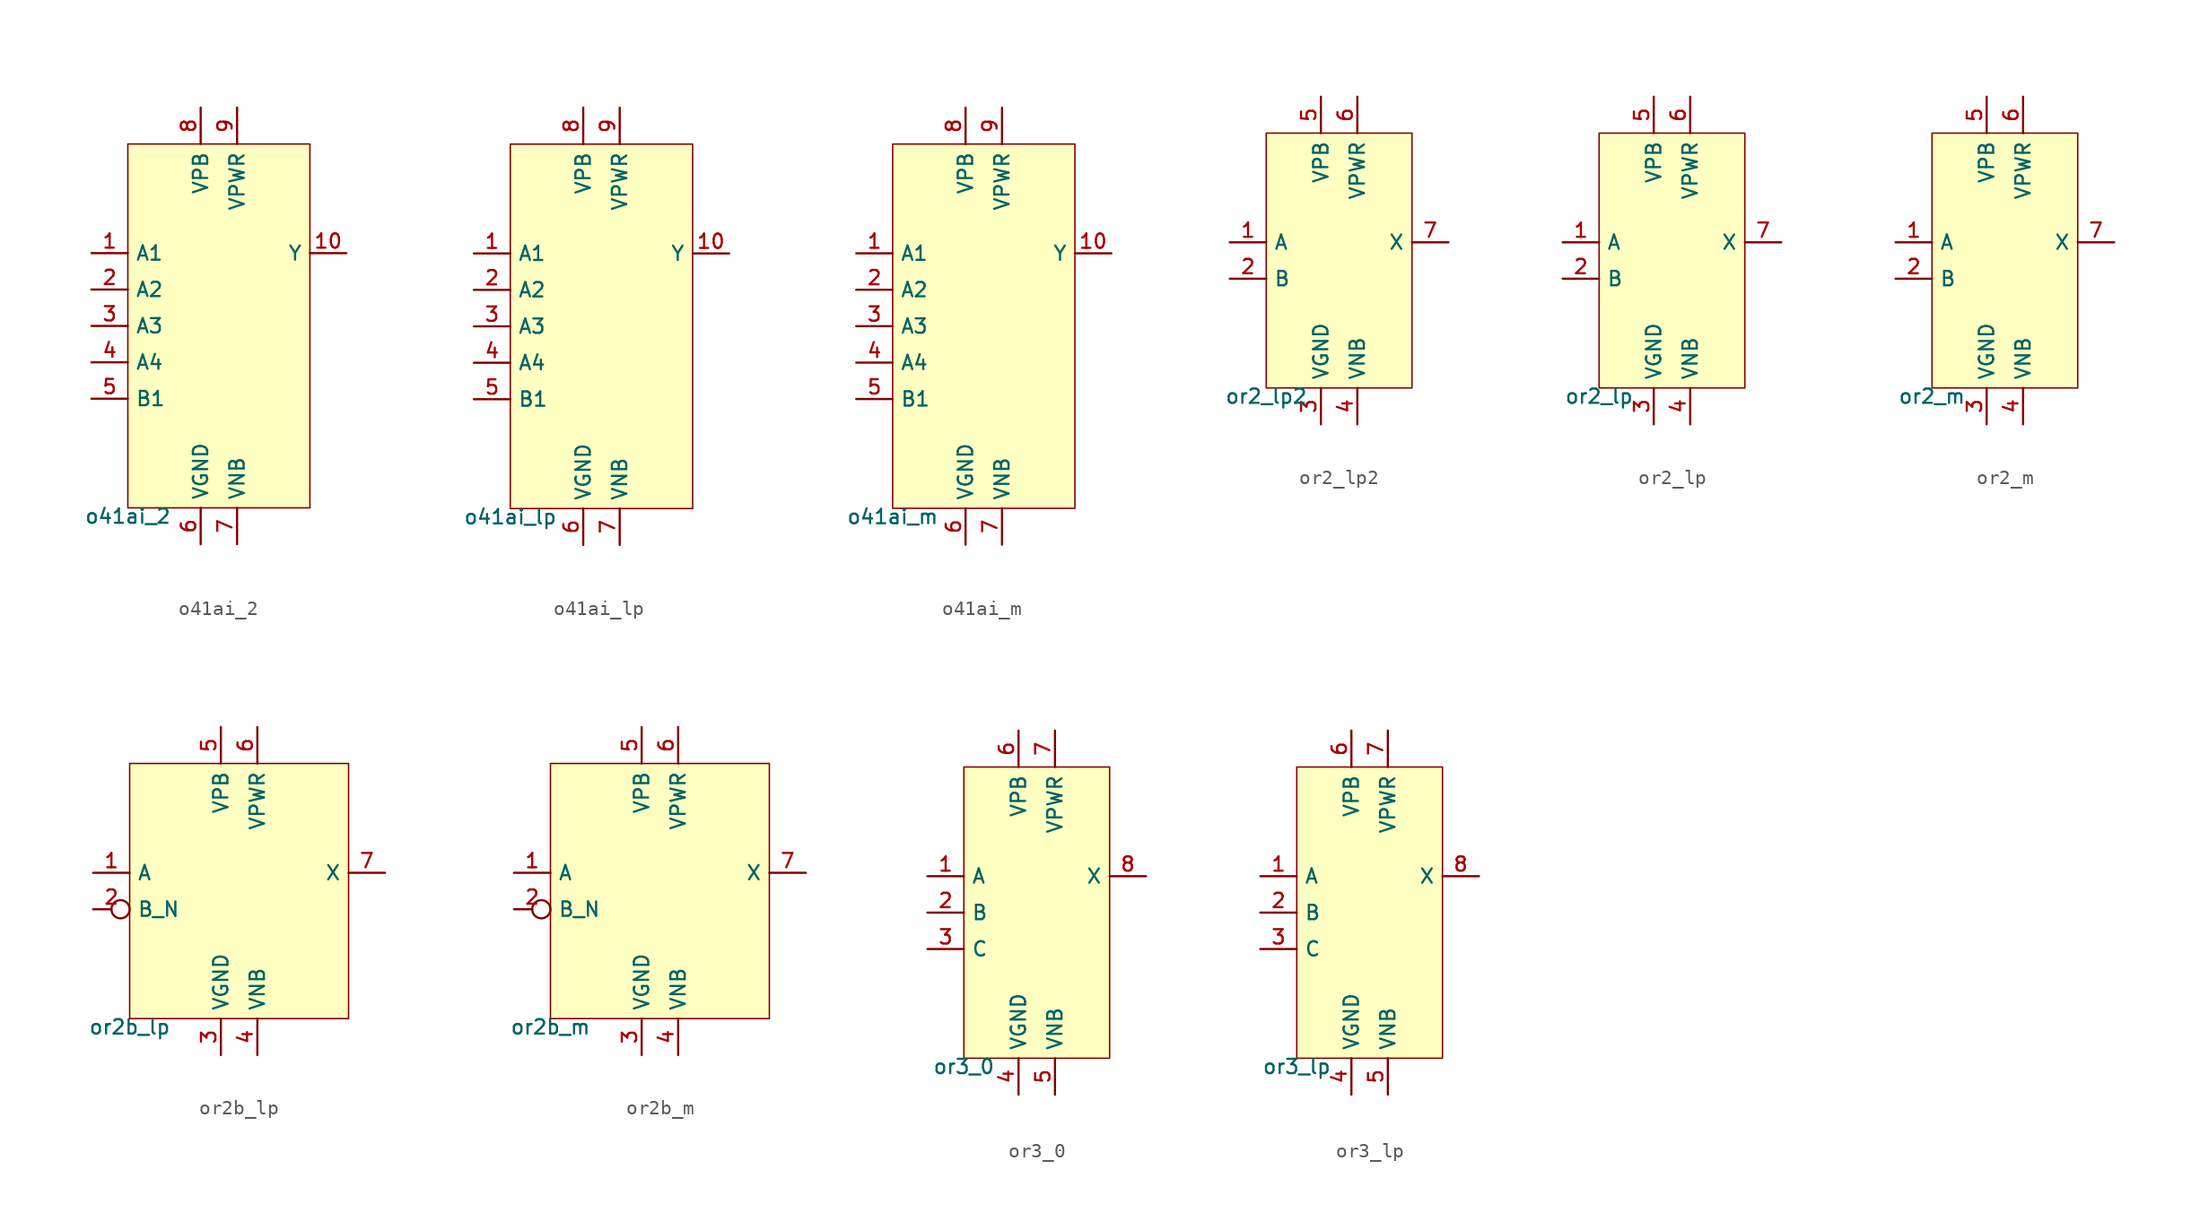
<source format=kicad_sym>
(kicad_symbol_lib
  (version 20211014)
  (generator pdk2kicad)
  (symbol "o41ai_2"
    (property "Reference" "X"
      (at 0 0 0)
      (effects (font (size 1 1)) hide))
    (property "Value" "o41ai_2"
      (at -6.35 -12.7 0)
      (effects (font (size 1 1)) (justify top)))
    (rectangle
      (start -6.35 -12.7)
      (end 6.35 12.7)
      (stroke (width 0.1) (type solid) (color 0 0 0 0))
      (fill (type background)))
    (pin input line
      (at -8.89 5.08 0)
      (length 2.54)
      (name "A1" (effects (font (size 1 1)) hide))
      (number "1" (effects (font (size 1 1)) hide)))
    (pin input line
      (at -8.89 2.54 0)
      (length 2.54)
      (name "A2" (effects (font (size 1 1)) hide))
      (number "2" (effects (font (size 1 1)) hide)))
    (pin input line
      (at -8.89 -8.881784197001252e-16 0)
      (length 2.54)
      (name "A3" (effects (font (size 1 1)) hide))
      (number "3" (effects (font (size 1 1)) hide)))
    (pin input line
      (at -8.89 -2.54 0)
      (length 2.54)
      (name "A4" (effects (font (size 1 1)) hide))
      (number "4" (effects (font (size 1 1)) hide)))
    (pin input line
      (at -8.89 -5.08 0)
      (length 2.54)
      (name "B1" (effects (font (size 1 1)) hide))
      (number "5" (effects (font (size 1 1)) hide)))
    (pin power_in line
      (at -1.27 -15.24 90)
      (length 2.54)
      (name "VGND" (effects (font (size 1 1)) hide))
      (number "6" (effects (font (size 1 1)) hide)))
    (pin power_in line
      (at 1.27 -15.24 90)
      (length 2.54)
      (name "VNB" (effects (font (size 1 1)) hide))
      (number "7" (effects (font (size 1 1)) hide)))
    (pin power_in line
      (at -1.27 15.24 270)
      (length 2.54)
      (name "VPB" (effects (font (size 1 1)) hide))
      (number "8" (effects (font (size 1 1)) hide)))
    (pin power_in line
      (at 1.27 15.24 270)
      (length 2.54)
      (name "VPWR" (effects (font (size 1 1)) hide))
      (number "9" (effects (font (size 1 1)) hide)))
    (pin output line
      (at 8.89 5.08 180)
      (length 2.54)
      (name "Y" (effects (font (size 1 1)) hide))
      (number "10" (effects (font (size 1 1)) hide))))
  (symbol "o41ai_lp"
    (property "Reference" "X"
      (at 0 0 0)
      (effects (font (size 1 1)) hide))
    (property "Value" "o41ai_lp"
      (at -6.35 -12.7 0)
      (effects (font (size 1 1)) (justify top)))
    (rectangle
      (start -6.35 -12.7)
      (end 6.35 12.7)
      (stroke (width 0.1) (type solid) (color 0 0 0 0))
      (fill (type background)))
    (pin input line
      (at -8.89 5.08 0)
      (length 2.54)
      (name "A1" (effects (font (size 1 1)) hide))
      (number "1" (effects (font (size 1 1)) hide)))
    (pin input line
      (at -8.89 2.54 0)
      (length 2.54)
      (name "A2" (effects (font (size 1 1)) hide))
      (number "2" (effects (font (size 1 1)) hide)))
    (pin input line
      (at -8.89 -8.881784197001252e-16 0)
      (length 2.54)
      (name "A3" (effects (font (size 1 1)) hide))
      (number "3" (effects (font (size 1 1)) hide)))
    (pin input line
      (at -8.89 -2.54 0)
      (length 2.54)
      (name "A4" (effects (font (size 1 1)) hide))
      (number "4" (effects (font (size 1 1)) hide)))
    (pin input line
      (at -8.89 -5.08 0)
      (length 2.54)
      (name "B1" (effects (font (size 1 1)) hide))
      (number "5" (effects (font (size 1 1)) hide)))
    (pin power_in line
      (at -1.27 -15.24 90)
      (length 2.54)
      (name "VGND" (effects (font (size 1 1)) hide))
      (number "6" (effects (font (size 1 1)) hide)))
    (pin power_in line
      (at 1.27 -15.24 90)
      (length 2.54)
      (name "VNB" (effects (font (size 1 1)) hide))
      (number "7" (effects (font (size 1 1)) hide)))
    (pin power_in line
      (at -1.27 15.24 270)
      (length 2.54)
      (name "VPB" (effects (font (size 1 1)) hide))
      (number "8" (effects (font (size 1 1)) hide)))
    (pin power_in line
      (at 1.27 15.24 270)
      (length 2.54)
      (name "VPWR" (effects (font (size 1 1)) hide))
      (number "9" (effects (font (size 1 1)) hide)))
    (pin output line
      (at 8.89 5.08 180)
      (length 2.54)
      (name "Y" (effects (font (size 1 1)) hide))
      (number "10" (effects (font (size 1 1)) hide))))
  (symbol "o41ai_m"
    (property "Reference" "X"
      (at 0 0 0)
      (effects (font (size 1 1)) hide))
    (property "Value" "o41ai_m"
      (at -6.35 -12.7 0)
      (effects (font (size 1 1)) (justify top)))
    (rectangle
      (start -6.35 -12.7)
      (end 6.35 12.7)
      (stroke (width 0.1) (type solid) (color 0 0 0 0))
      (fill (type background)))
    (pin input line
      (at -8.89 5.08 0)
      (length 2.54)
      (name "A1" (effects (font (size 1 1)) hide))
      (number "1" (effects (font (size 1 1)) hide)))
    (pin input line
      (at -8.89 2.54 0)
      (length 2.54)
      (name "A2" (effects (font (size 1 1)) hide))
      (number "2" (effects (font (size 1 1)) hide)))
    (pin input line
      (at -8.89 -8.881784197001252e-16 0)
      (length 2.54)
      (name "A3" (effects (font (size 1 1)) hide))
      (number "3" (effects (font (size 1 1)) hide)))
    (pin input line
      (at -8.89 -2.54 0)
      (length 2.54)
      (name "A4" (effects (font (size 1 1)) hide))
      (number "4" (effects (font (size 1 1)) hide)))
    (pin input line
      (at -8.89 -5.08 0)
      (length 2.54)
      (name "B1" (effects (font (size 1 1)) hide))
      (number "5" (effects (font (size 1 1)) hide)))
    (pin power_in line
      (at -1.27 -15.24 90)
      (length 2.54)
      (name "VGND" (effects (font (size 1 1)) hide))
      (number "6" (effects (font (size 1 1)) hide)))
    (pin power_in line
      (at 1.27 -15.24 90)
      (length 2.54)
      (name "VNB" (effects (font (size 1 1)) hide))
      (number "7" (effects (font (size 1 1)) hide)))
    (pin power_in line
      (at -1.27 15.24 270)
      (length 2.54)
      (name "VPB" (effects (font (size 1 1)) hide))
      (number "8" (effects (font (size 1 1)) hide)))
    (pin power_in line
      (at 1.27 15.24 270)
      (length 2.54)
      (name "VPWR" (effects (font (size 1 1)) hide))
      (number "9" (effects (font (size 1 1)) hide)))
    (pin output line
      (at 8.89 5.08 180)
      (length 2.54)
      (name "Y" (effects (font (size 1 1)) hide))
      (number "10" (effects (font (size 1 1)) hide))))
  (symbol "or2_lp2"
    (property "Reference" "X"
      (at 0 0 0)
      (effects (font (size 1 1)) hide))
    (property "Value" "or2_lp2"
      (at -5.08 -8.89 0)
      (effects (font (size 1 1)) (justify top)))
    (rectangle
      (start -5.08 -8.89)
      (end 5.08 8.89)
      (stroke (width 0.1) (type solid) (color 0 0 0 0))
      (fill (type background)))
    (pin input line
      (at -7.62 1.27 0)
      (length 2.54)
      (name "A" (effects (font (size 1 1)) hide))
      (number "1" (effects (font (size 1 1)) hide)))
    (pin input line
      (at -7.62 -1.27 0)
      (length 2.54)
      (name "B" (effects (font (size 1 1)) hide))
      (number "2" (effects (font (size 1 1)) hide)))
    (pin power_in line
      (at -1.27 -11.43 90)
      (length 2.54)
      (name "VGND" (effects (font (size 1 1)) hide))
      (number "3" (effects (font (size 1 1)) hide)))
    (pin power_in line
      (at 1.27 -11.43 90)
      (length 2.54)
      (name "VNB" (effects (font (size 1 1)) hide))
      (number "4" (effects (font (size 1 1)) hide)))
    (pin power_in line
      (at -1.27 11.43 270)
      (length 2.54)
      (name "VPB" (effects (font (size 1 1)) hide))
      (number "5" (effects (font (size 1 1)) hide)))
    (pin power_in line
      (at 1.27 11.43 270)
      (length 2.54)
      (name "VPWR" (effects (font (size 1 1)) hide))
      (number "6" (effects (font (size 1 1)) hide)))
    (pin output line
      (at 7.62 1.27 180)
      (length 2.54)
      (name "X" (effects (font (size 1 1)) hide))
      (number "7" (effects (font (size 1 1)) hide))))
  (symbol "or2_lp"
    (property "Reference" "X"
      (at 0 0 0)
      (effects (font (size 1 1)) hide))
    (property "Value" "or2_lp"
      (at -5.08 -8.89 0)
      (effects (font (size 1 1)) (justify top)))
    (rectangle
      (start -5.08 -8.89)
      (end 5.08 8.89)
      (stroke (width 0.1) (type solid) (color 0 0 0 0))
      (fill (type background)))
    (pin input line
      (at -7.62 1.27 0)
      (length 2.54)
      (name "A" (effects (font (size 1 1)) hide))
      (number "1" (effects (font (size 1 1)) hide)))
    (pin input line
      (at -7.62 -1.27 0)
      (length 2.54)
      (name "B" (effects (font (size 1 1)) hide))
      (number "2" (effects (font (size 1 1)) hide)))
    (pin power_in line
      (at -1.27 -11.43 90)
      (length 2.54)
      (name "VGND" (effects (font (size 1 1)) hide))
      (number "3" (effects (font (size 1 1)) hide)))
    (pin power_in line
      (at 1.27 -11.43 90)
      (length 2.54)
      (name "VNB" (effects (font (size 1 1)) hide))
      (number "4" (effects (font (size 1 1)) hide)))
    (pin power_in line
      (at -1.27 11.43 270)
      (length 2.54)
      (name "VPB" (effects (font (size 1 1)) hide))
      (number "5" (effects (font (size 1 1)) hide)))
    (pin power_in line
      (at 1.27 11.43 270)
      (length 2.54)
      (name "VPWR" (effects (font (size 1 1)) hide))
      (number "6" (effects (font (size 1 1)) hide)))
    (pin output line
      (at 7.62 1.27 180)
      (length 2.54)
      (name "X" (effects (font (size 1 1)) hide))
      (number "7" (effects (font (size 1 1)) hide))))
  (symbol "or2_m"
    (property "Reference" "X"
      (at 0 0 0)
      (effects (font (size 1 1)) hide))
    (property "Value" "or2_m"
      (at -5.08 -8.89 0)
      (effects (font (size 1 1)) (justify top)))
    (rectangle
      (start -5.08 -8.89)
      (end 5.08 8.89)
      (stroke (width 0.1) (type solid) (color 0 0 0 0))
      (fill (type background)))
    (pin input line
      (at -7.62 1.27 0)
      (length 2.54)
      (name "A" (effects (font (size 1 1)) hide))
      (number "1" (effects (font (size 1 1)) hide)))
    (pin input line
      (at -7.62 -1.27 0)
      (length 2.54)
      (name "B" (effects (font (size 1 1)) hide))
      (number "2" (effects (font (size 1 1)) hide)))
    (pin power_in line
      (at -1.27 -11.43 90)
      (length 2.54)
      (name "VGND" (effects (font (size 1 1)) hide))
      (number "3" (effects (font (size 1 1)) hide)))
    (pin power_in line
      (at 1.27 -11.43 90)
      (length 2.54)
      (name "VNB" (effects (font (size 1 1)) hide))
      (number "4" (effects (font (size 1 1)) hide)))
    (pin power_in line
      (at -1.27 11.43 270)
      (length 2.54)
      (name "VPB" (effects (font (size 1 1)) hide))
      (number "5" (effects (font (size 1 1)) hide)))
    (pin power_in line
      (at 1.27 11.43 270)
      (length 2.54)
      (name "VPWR" (effects (font (size 1 1)) hide))
      (number "6" (effects (font (size 1 1)) hide)))
    (pin output line
      (at 7.62 1.27 180)
      (length 2.54)
      (name "X" (effects (font (size 1 1)) hide))
      (number "7" (effects (font (size 1 1)) hide))))
  (symbol "or2b_lp"
    (property "Reference" "X"
      (at 0 0 0)
      (effects (font (size 1 1)) hide))
    (property "Value" "or2b_lp"
      (at -7.62 -8.89 0)
      (effects (font (size 1 1)) (justify top)))
    (rectangle
      (start -7.62 -8.89)
      (end 7.62 8.89)
      (stroke (width 0.1) (type solid) (color 0 0 0 0))
      (fill (type background)))
    (pin input line
      (at -10.16 1.27 0)
      (length 2.54)
      (name "A" (effects (font (size 1 1)) hide))
      (number "1" (effects (font (size 1 1)) hide)))
    (pin input inverted
      (at -10.16 -1.27 0)
      (length 2.54)
      (name "B_N" (effects (font (size 1 1)) hide))
      (number "2" (effects (font (size 1 1)) hide)))
    (pin power_in line
      (at -1.27 -11.43 90)
      (length 2.54)
      (name "VGND" (effects (font (size 1 1)) hide))
      (number "3" (effects (font (size 1 1)) hide)))
    (pin power_in line
      (at 1.27 -11.43 90)
      (length 2.54)
      (name "VNB" (effects (font (size 1 1)) hide))
      (number "4" (effects (font (size 1 1)) hide)))
    (pin power_in line
      (at -1.27 11.43 270)
      (length 2.54)
      (name "VPB" (effects (font (size 1 1)) hide))
      (number "5" (effects (font (size 1 1)) hide)))
    (pin power_in line
      (at 1.27 11.43 270)
      (length 2.54)
      (name "VPWR" (effects (font (size 1 1)) hide))
      (number "6" (effects (font (size 1 1)) hide)))
    (pin output line
      (at 10.16 1.27 180)
      (length 2.54)
      (name "X" (effects (font (size 1 1)) hide))
      (number "7" (effects (font (size 1 1)) hide))))
  (symbol "or2b_m"
    (property "Reference" "X"
      (at 0 0 0)
      (effects (font (size 1 1)) hide))
    (property "Value" "or2b_m"
      (at -7.62 -8.89 0)
      (effects (font (size 1 1)) (justify top)))
    (rectangle
      (start -7.62 -8.89)
      (end 7.62 8.89)
      (stroke (width 0.1) (type solid) (color 0 0 0 0))
      (fill (type background)))
    (pin input line
      (at -10.16 1.27 0)
      (length 2.54)
      (name "A" (effects (font (size 1 1)) hide))
      (number "1" (effects (font (size 1 1)) hide)))
    (pin input inverted
      (at -10.16 -1.27 0)
      (length 2.54)
      (name "B_N" (effects (font (size 1 1)) hide))
      (number "2" (effects (font (size 1 1)) hide)))
    (pin power_in line
      (at -1.27 -11.43 90)
      (length 2.54)
      (name "VGND" (effects (font (size 1 1)) hide))
      (number "3" (effects (font (size 1 1)) hide)))
    (pin power_in line
      (at 1.27 -11.43 90)
      (length 2.54)
      (name "VNB" (effects (font (size 1 1)) hide))
      (number "4" (effects (font (size 1 1)) hide)))
    (pin power_in line
      (at -1.27 11.43 270)
      (length 2.54)
      (name "VPB" (effects (font (size 1 1)) hide))
      (number "5" (effects (font (size 1 1)) hide)))
    (pin power_in line
      (at 1.27 11.43 270)
      (length 2.54)
      (name "VPWR" (effects (font (size 1 1)) hide))
      (number "6" (effects (font (size 1 1)) hide)))
    (pin output line
      (at 10.16 1.27 180)
      (length 2.54)
      (name "X" (effects (font (size 1 1)) hide))
      (number "7" (effects (font (size 1 1)) hide))))
  (symbol "or3_0"
    (property "Reference" "X"
      (at 0 0 0)
      (effects (font (size 1 1)) hide))
    (property "Value" "or3_0"
      (at -5.08 -10.16 0)
      (effects (font (size 1 1)) (justify top)))
    (rectangle
      (start -5.08 -10.16)
      (end 5.08 10.16)
      (stroke (width 0.1) (type solid) (color 0 0 0 0))
      (fill (type background)))
    (pin input line
      (at -7.62 2.54 0)
      (length 2.54)
      (name "A" (effects (font (size 1 1)) hide))
      (number "1" (effects (font (size 1 1)) hide)))
    (pin input line
      (at -7.62 0.0 0)
      (length 2.54)
      (name "B" (effects (font (size 1 1)) hide))
      (number "2" (effects (font (size 1 1)) hide)))
    (pin input line
      (at -7.62 -2.54 0)
      (length 2.54)
      (name "C" (effects (font (size 1 1)) hide))
      (number "3" (effects (font (size 1 1)) hide)))
    (pin power_in line
      (at -1.27 -12.7 90)
      (length 2.54)
      (name "VGND" (effects (font (size 1 1)) hide))
      (number "4" (effects (font (size 1 1)) hide)))
    (pin power_in line
      (at 1.27 -12.7 90)
      (length 2.54)
      (name "VNB" (effects (font (size 1 1)) hide))
      (number "5" (effects (font (size 1 1)) hide)))
    (pin power_in line
      (at -1.27 12.7 270)
      (length 2.54)
      (name "VPB" (effects (font (size 1 1)) hide))
      (number "6" (effects (font (size 1 1)) hide)))
    (pin power_in line
      (at 1.27 12.7 270)
      (length 2.54)
      (name "VPWR" (effects (font (size 1 1)) hide))
      (number "7" (effects (font (size 1 1)) hide)))
    (pin output line
      (at 7.62 2.54 180)
      (length 2.54)
      (name "X" (effects (font (size 1 1)) hide))
      (number "8" (effects (font (size 1 1)) hide))))
  (symbol "or3_lp"
    (property "Reference" "X"
      (at 0 0 0)
      (effects (font (size 1 1)) hide))
    (property "Value" "or3_lp"
      (at -5.08 -10.16 0)
      (effects (font (size 1 1)) (justify top)))
    (rectangle
      (start -5.08 -10.16)
      (end 5.08 10.16)
      (stroke (width 0.1) (type solid) (color 0 0 0 0))
      (fill (type background)))
    (pin input line
      (at -7.62 2.54 0)
      (length 2.54)
      (name "A" (effects (font (size 1 1)) hide))
      (number "1" (effects (font (size 1 1)) hide)))
    (pin input line
      (at -7.62 0.0 0)
      (length 2.54)
      (name "B" (effects (font (size 1 1)) hide))
      (number "2" (effects (font (size 1 1)) hide)))
    (pin input line
      (at -7.62 -2.54 0)
      (length 2.54)
      (name "C" (effects (font (size 1 1)) hide))
      (number "3" (effects (font (size 1 1)) hide)))
    (pin power_in line
      (at -1.27 -12.7 90)
      (length 2.54)
      (name "VGND" (effects (font (size 1 1)) hide))
      (number "4" (effects (font (size 1 1)) hide)))
    (pin power_in line
      (at 1.27 -12.7 90)
      (length 2.54)
      (name "VNB" (effects (font (size 1 1)) hide))
      (number "5" (effects (font (size 1 1)) hide)))
    (pin power_in line
      (at -1.27 12.7 270)
      (length 2.54)
      (name "VPB" (effects (font (size 1 1)) hide))
      (number "6" (effects (font (size 1 1)) hide)))
    (pin power_in line
      (at 1.27 12.7 270)
      (length 2.54)
      (name "VPWR" (effects (font (size 1 1)) hide))
      (number "7" (effects (font (size 1 1)) hide)))
    (pin output line
      (at 7.62 2.54 180)
      (length 2.54)
      (name "X" (effects (font (size 1 1)) hide))
      (number "8" (effects (font (size 1 1)) hide)))))
</source>
